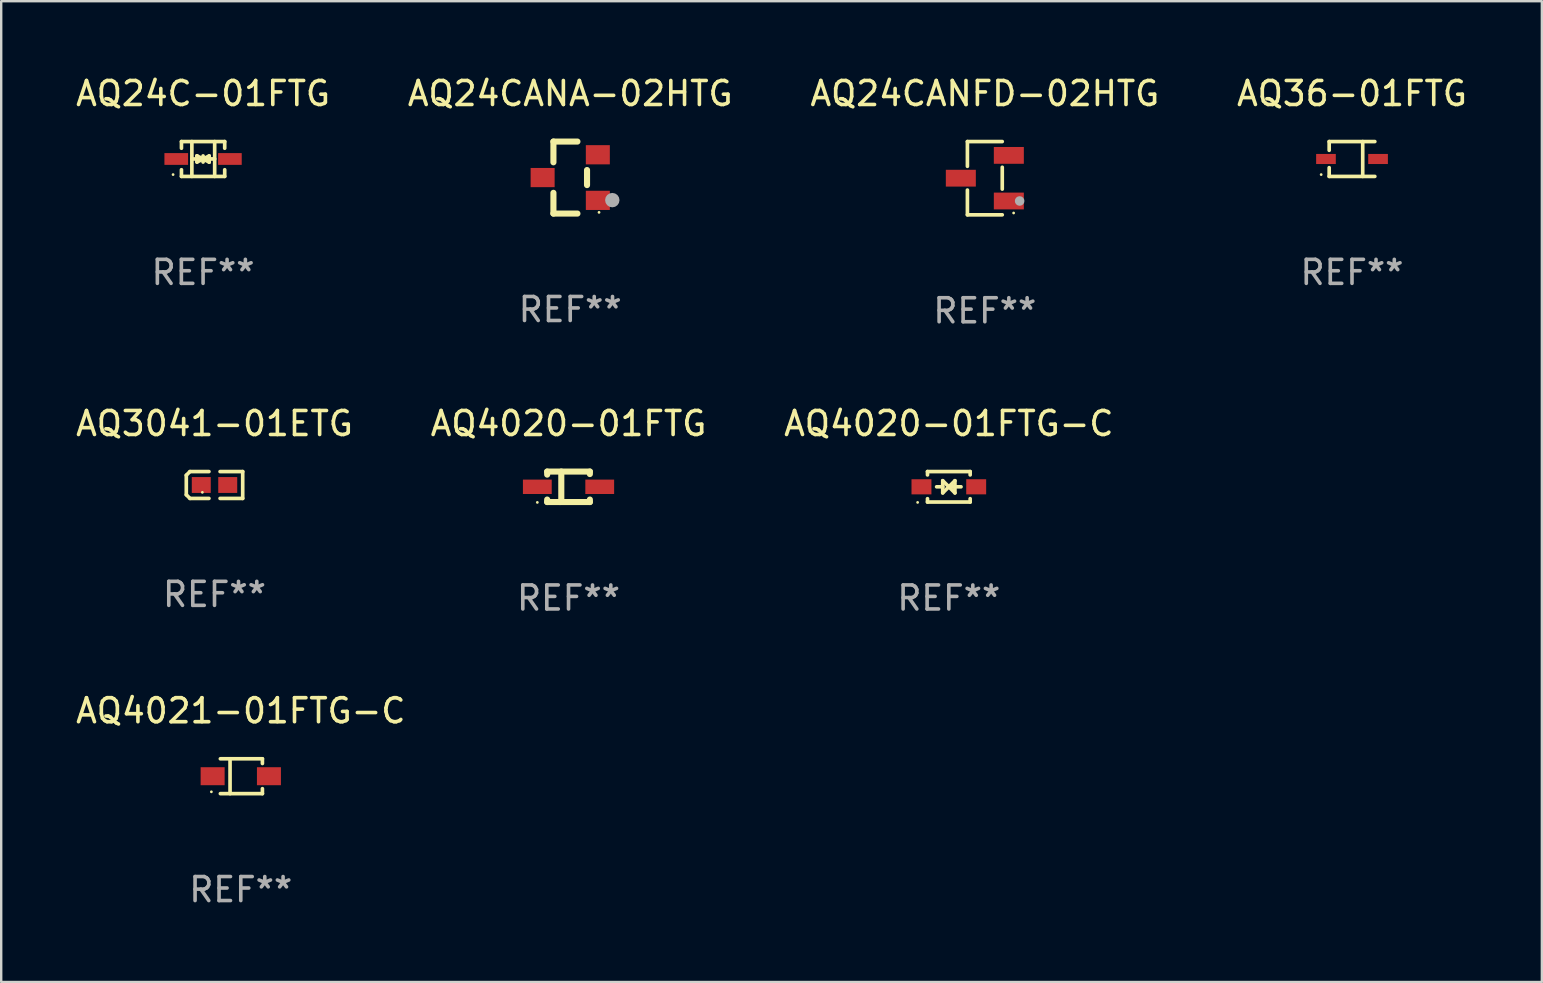
<source format=kicad_pcb>
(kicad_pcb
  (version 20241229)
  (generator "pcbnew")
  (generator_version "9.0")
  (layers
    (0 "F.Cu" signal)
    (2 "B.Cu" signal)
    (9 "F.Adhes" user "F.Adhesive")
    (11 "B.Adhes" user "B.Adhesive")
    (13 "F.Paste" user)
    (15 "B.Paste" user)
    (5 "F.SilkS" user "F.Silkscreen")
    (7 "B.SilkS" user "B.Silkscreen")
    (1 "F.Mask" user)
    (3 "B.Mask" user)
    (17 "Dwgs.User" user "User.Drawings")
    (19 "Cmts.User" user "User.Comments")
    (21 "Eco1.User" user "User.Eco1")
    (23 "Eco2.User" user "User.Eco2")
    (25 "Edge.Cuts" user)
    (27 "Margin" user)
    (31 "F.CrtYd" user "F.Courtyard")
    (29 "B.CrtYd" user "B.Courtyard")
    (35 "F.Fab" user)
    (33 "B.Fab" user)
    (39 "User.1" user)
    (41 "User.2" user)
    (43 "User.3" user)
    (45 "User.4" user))
  (footprint "AQ24CANFD-02HTG"
    (layer "F.Cu")
    (at 37.982 4.374)
    (property "Reference" "AQ24CANFD-02HTG" (at 0 -3.526 0) (layer "F.SilkS") (effects (font (size 1 1) (thickness 0.15))))
    (attr through_hole)
    (fp_line (start -0.726 -1.526) (end -0.726 -0.495) (stroke (width 0.152) (type solid)) (layer "F.SilkS"))
    (fp_line (start -0.726 1.526) (end -0.726 0.495) (stroke (width 0.152) (type solid)) (layer "F.SilkS"))
    (fp_line (start 0.726 -1.526) (end -0.726 -1.526) (stroke (width 0.152) (type solid)) (layer "F.SilkS"))
    (fp_line (start 0.726 -0.455) (end 0.726 0.455) (stroke (width 0.152) (type solid)) (layer "F.SilkS"))
    (fp_line (start 0.726 1.526) (end -0.726 1.526) (stroke (width 0.152) (type solid)) (layer "F.SilkS"))
    (fp_circle (center 1.2 1.45) (end 1.23 1.45) (stroke (width 0.06) (type solid)) (fill no) (layer "F.SilkS"))
    (fp_circle (center 1.45 0.95) (end 1.55 0.95) (stroke (width 0.2) (type solid)) (fill no) (layer "F.Fab"))
    (fp_text user "REF**" (at 0 5.526 0) (layer "F.Fab") (effects (font (size 1 1) (thickness 0.15))))
    (pad "1" smd rect (at 1 0.95) (size 1.25 0.7) (layers "F.Cu" "F.Mask" "F.Paste"))
    (pad "2" smd rect (at 1 -0.95) (size 1.25 0.7) (layers "F.Cu" "F.Mask" "F.Paste"))
    (pad "3" smd rect (at -1 0) (size 1.25 0.7) (layers "F.Cu" "F.Mask" "F.Paste")))
  (footprint "AQ24CANA-02HTG"
    (layer "F.Cu")
    (at 20.708 4.348)
    (property "Reference" "AQ24CANA-02HTG" (at 0 -3.5 0) (layer "F.SilkS") (effects (font (size 1 1) (thickness 0.15))))
    (attr through_hole)
    (fp_line (start -0.7 -1.5) (end 0.3 -1.5) (stroke (width 0.254) (type solid)) (layer "F.SilkS"))
    (fp_line (start -0.7 -0.636) (end -0.7 -1.5) (stroke (width 0.254) (type solid)) (layer "F.SilkS"))
    (fp_line (start -0.7 1.5) (end -0.7 0.636) (stroke (width 0.254) (type solid)) (layer "F.SilkS"))
    (fp_line (start -0.7 1.5) (end 0.3 1.5) (stroke (width 0.254) (type solid)) (layer "F.SilkS"))
    (fp_line (start 0.7 0.314) (end 0.7 -0.314) (stroke (width 0.254) (type solid)) (layer "F.SilkS"))
    (fp_circle (center 1.2 1.45) (end 1.23 1.45) (stroke (width 0.06) (type solid)) (fill no) (layer "F.SilkS"))
    (fp_circle (center 1.753 0.94) (end 1.903 0.94) (stroke (width 0.3) (type solid)) (fill no) (layer "F.Fab"))
    (fp_text user "REF**" (at 0 5.5 0) (layer "F.Fab") (effects (font (size 1 1) (thickness 0.15))))
    (pad "1" smd rect (at 1.15 0.95 180) (size 1 0.8) (layers "F.Cu" "F.Mask" "F.Paste"))
    (pad "2" smd rect (at 1.15 -0.95 180) (size 1 0.8) (layers "F.Cu" "F.Mask" "F.Paste"))
    (pad "3" smd rect (at -1.15 -0.000051 180) (size 1 0.8) (layers "F.Cu" "F.Mask" "F.Paste")))
  (footprint "AQ4021-01FTG-C"
    (layer "F.Cu")
    (at 6.982 29.29)
    (property "Reference" "AQ4021-01FTG-C" (at 0 -2.726 0) (layer "F.SilkS") (effects (font (size 1 1) (thickness 0.15))))
    (attr through_hole)
    (fp_line (start -0.851 -0.726) (end 0.901 -0.726) (stroke (width 0.152) (type solid)) (layer "F.SilkS"))
    (fp_line (start -0.851 0.726) (end 0.901 0.726) (stroke (width 0.152) (type solid)) (layer "F.SilkS"))
    (fp_line (start -0.447 -0.726) (end -0.447 0.726) (stroke (width 0.152) (type solid)) (layer "F.SilkS"))
    (fp_line (start 0.901 -0.726) (end 0.901 -0.53) (stroke (width 0.152) (type solid)) (layer "F.SilkS"))
    (fp_line (start 0.901 0.726) (end 0.901 0.52) (stroke (width 0.152) (type solid)) (layer "F.SilkS"))
    (fp_circle (center -1.225 0.65) (end -1.195 0.65) (stroke (width 0.06) (type solid)) (fill no) (layer "F.SilkS"))
    (fp_text user "REF**" (at 0 4.726 0) (layer "F.Fab") (effects (font (size 1 1) (thickness 0.15))))
    (pad "1" smd rect (at -1.173 0) (size 1 0.75) (layers "F.Cu" "F.Mask" "F.Paste"))
    (pad "2" smd rect (at 1.173 0) (size 1 0.75) (layers "F.Cu" "F.Mask" "F.Paste")))
  (footprint "AQ4020-01FTG-C"
    (layer "F.Cu")
    (at 36.482 17.232)
    (property "Reference" "AQ4020-01FTG-C" (at 0 -2.635 0) (layer "F.SilkS") (effects (font (size 1 1) (thickness 0.15))))
    (attr through_hole)
    (fp_line (start -0.889 -0.635) (end 0.889 -0.635) (stroke (width 0.152) (type solid)) (layer "F.SilkS"))
    (fp_line (start -0.889 -0.495) (end -0.889 -0.635) (stroke (width 0.152) (type solid)) (layer "F.SilkS"))
    (fp_line (start -0.889 0.635) (end -0.889 0.495) (stroke (width 0.152) (type solid)) (layer "F.SilkS"))
    (fp_line (start -0.889 0.635) (end 0.889 0.635) (stroke (width 0.152) (type solid)) (layer "F.SilkS"))
    (fp_line (start -0.508 -0.000051) (end -0.254 -0.000051) (stroke (width 0.152) (type solid)) (layer "F.SilkS"))
    (fp_line (start -0.254 -0.254) (end 0 -0.000051) (stroke (width 0.152) (type solid)) (layer "F.SilkS"))
    (fp_line (start -0.254 0.254) (end -0.254 -0.254) (stroke (width 0.152) (type solid)) (layer "F.SilkS"))
    (fp_line (start 0 -0.000051) (end -0.254 0.254) (stroke (width 0.152) (type solid)) (layer "F.SilkS"))
    (fp_line (start 0 -0.000051) (end 0.254 -0.254) (stroke (width 0.152) (type solid)) (layer "F.SilkS"))
    (fp_line (start 0.254 -0.254) (end 0.254 0.254) (stroke (width 0.152) (type solid)) (layer "F.SilkS"))
    (fp_line (start 0.254 0.254) (end 0 -0.000051) (stroke (width 0.152) (type solid)) (layer "F.SilkS"))
    (fp_line (start 0.508 -0.000051) (end 0.127 -0.000051) (stroke (width 0.152) (type solid)) (layer "F.SilkS"))
    (fp_line (start 0.889 -0.635) (end 0.889 -0.495) (stroke (width 0.152) (type solid)) (layer "F.SilkS"))
    (fp_line (start 0.889 0.495) (end 0.889 0.635) (stroke (width 0.152) (type solid)) (layer "F.SilkS"))
    (fp_circle (center -1.3 0.65) (end -1.27 0.65) (stroke (width 0.06) (type solid)) (fill no) (layer "F.SilkS"))
    (fp_text user "REF**" (at 0 4.635 0) (layer "F.Fab") (effects (font (size 1 1) (thickness 0.15))))
    (pad "1" smd rect (at -1.14 0.000152 90) (size 0.63 0.83) (layers "F.Cu" "F.Mask" "F.Paste"))
    (pad "2" smd rect (at 1.14 -0.000102 90) (size 0.63 0.83) (layers "F.Cu" "F.Mask" "F.Paste")))
  (footprint "AQ4020-01FTG"
    (layer "F.Cu")
    (at 20.637 17.232)
    (property "Reference" "AQ4020-01FTG" (at 0 -2.635 0) (layer "F.SilkS") (effects (font (size 1 1) (thickness 0.15))))
    (attr through_hole)
    (fp_line (start -0.889 -0.635) (end 0.889 -0.635) (stroke (width 0.254) (type solid)) (layer "F.SilkS"))
    (fp_line (start -0.889 -0.508) (end -0.889 -0.635) (stroke (width 0.254) (type solid)) (layer "F.SilkS"))
    (fp_line (start -0.889 0.635) (end -0.889 0.531) (stroke (width 0.254) (type solid)) (layer "F.SilkS"))
    (fp_line (start -0.301 -0.635) (end -0.301 0.581) (stroke (width 0.254) (type solid)) (layer "F.SilkS"))
    (fp_line (start -0.301 0.581) (end -0.355 0.635) (stroke (width 0.254) (type solid)) (layer "F.SilkS"))
    (fp_line (start 0.889 -0.635) (end 0.889 -0.531) (stroke (width 0.254) (type solid)) (layer "F.SilkS"))
    (fp_line (start 0.889 0.531) (end 0.889 0.635) (stroke (width 0.254) (type solid)) (layer "F.SilkS"))
    (fp_line (start 0.889 0.635) (end -0.889 0.635) (stroke (width 0.254) (type solid)) (layer "F.SilkS"))
    (fp_circle (center -1.3 0.65) (end -1.27 0.65) (stroke (width 0.06) (type solid)) (fill no) (layer "F.SilkS"))
    (fp_text user "REF**" (at 0 4.635 0) (layer "F.Fab") (effects (font (size 1 1) (thickness 0.15))))
    (pad "1" smd rect (at -1.3 0) (size 1.2 0.6) (layers "F.Cu" "F.Mask" "F.Paste"))
    (pad "2" smd rect (at 1.3 0) (size 1.2 0.6) (layers "F.Cu" "F.Mask" "F.Paste")))
  (footprint "AQ3041-01ETG"
    (layer "F.Cu")
    (at 5.887 17.157)
    (property "Reference" "AQ3041-01ETG" (at 0 -2.559 0) (layer "F.SilkS") (effects (font (size 1 1) (thickness 0.15))))
    (attr through_hole)
    (fp_line (start -1.175 -0.407) (end -1.023 -0.559) (stroke (width 0.152) (type solid)) (layer "F.SilkS"))
    (fp_line (start -1.175 0.407) (end -1.175 -0.407) (stroke (width 0.152) (type solid)) (layer "F.SilkS"))
    (fp_line (start -1.023 -0.559) (end -0.232 -0.559) (stroke (width 0.152) (type solid)) (layer "F.SilkS"))
    (fp_line (start -1.023 0.559) (end -1.175 0.407) (stroke (width 0.152) (type solid)) (layer "F.SilkS"))
    (fp_line (start -0.232 0.559) (end -1.023 0.559) (stroke (width 0.152) (type solid)) (layer "F.SilkS"))
    (fp_line (start 0.232 0.559) (end 1.175 0.559) (stroke (width 0.152) (type solid)) (layer "F.SilkS"))
    (fp_line (start 1.175 -0.559) (end 0.232 -0.559) (stroke (width 0.152) (type solid)) (layer "F.SilkS"))
    (fp_line (start 1.175 0.559) (end 1.175 -0.559) (stroke (width 0.152) (type solid)) (layer "F.SilkS"))
    (fp_circle (center -0.506 0.306) (end -0.476 0.306) (stroke (width 0.06) (type solid)) (fill no) (layer "F.SilkS"))
    (fp_text user "REF**" (at 0 4.559 0) (layer "F.Fab") (effects (font (size 1 1) (thickness 0.15))))
    (pad "1" smd rect (at -0.551 0) (size 0.79 0.661) (layers "F.Cu" "F.Mask" "F.Paste"))
    (pad "2" smd rect (at 0.551 0) (size 0.79 0.661) (layers "F.Cu" "F.Mask" "F.Paste")))
  (footprint "AQ24C-01FTG"
    (layer "F.Cu")
    (at 5.411 3.574)
    (property "Reference" "AQ24C-01FTG" (at 0 -2.726 0) (layer "F.SilkS") (effects (font (size 1 1) (thickness 0.15))))
    (attr through_hole)
    (fp_line (start -0.901 -0.726) (end -0.901 -0.448) (stroke (width 0.152) (type solid)) (layer "F.SilkS"))
    (fp_line (start -0.901 0.726) (end -0.901 0.448) (stroke (width 0.152) (type solid)) (layer "F.SilkS"))
    (fp_line (start -0.467 0) (end 0.483 -0.003) (stroke (width 0.154) (type solid)) (layer "F.SilkS"))
    (fp_line (start -0.467 0.726) (end -0.467 -0.726) (stroke (width 0.152) (type solid)) (layer "F.SilkS"))
    (fp_line (start -0.254 -0.127) (end -0.254 -0.127) (stroke (width 0.154) (type solid)) (layer "F.SilkS"))
    (fp_line (start -0.254 -0.127) (end -0.002 -0.003) (stroke (width 0.154) (type solid)) (layer "F.SilkS"))
    (fp_line (start -0.254 0.127) (end -0.254 -0.127) (stroke (width 0.154) (type solid)) (layer "F.SilkS"))
    (fp_line (start -0.127 0) (end 0.003 0) (stroke (width 0.154) (type solid)) (layer "F.SilkS"))
    (fp_line (start -0.003 0) (end -0.254 0.127) (stroke (width 0.154) (type solid)) (layer "F.SilkS"))
    (fp_line (start 0 -0.127) (end 0 0.127) (stroke (width 0.154) (type solid)) (layer "F.SilkS"))
    (fp_line (start 0.003 0) (end 0.254 -0.127) (stroke (width 0.154) (type solid)) (layer "F.SilkS"))
    (fp_line (start 0.127 0) (end -0.003 0) (stroke (width 0.154) (type solid)) (layer "F.SilkS"))
    (fp_line (start 0.254 -0.127) (end 0.254 0.127) (stroke (width 0.154) (type solid)) (layer "F.SilkS"))
    (fp_line (start 0.254 0.127) (end 0.002 0.003) (stroke (width 0.154) (type solid)) (layer "F.SilkS"))
    (fp_line (start 0.254 0.127) (end 0.254 0.127) (stroke (width 0.154) (type solid)) (layer "F.SilkS"))
    (fp_line (start 0.483 0.726) (end 0.483 -0.726) (stroke (width 0.152) (type solid)) (layer "F.SilkS"))
    (fp_line (start 0.901 -0.726) (end -0.901 -0.726) (stroke (width 0.152) (type solid)) (layer "F.SilkS"))
    (fp_line (start 0.901 -0.726) (end 0.901 -0.448) (stroke (width 0.152) (type solid)) (layer "F.SilkS"))
    (fp_line (start 0.901 0.726) (end -0.901 0.726) (stroke (width 0.152) (type solid)) (layer "F.SilkS"))
    (fp_line (start 0.901 0.726) (end 0.901 0.448) (stroke (width 0.152) (type solid)) (layer "F.SilkS"))
    (fp_circle (center -1.25 0.65) (end -1.22 0.65) (stroke (width 0.06) (type solid)) (fill no) (layer "F.SilkS"))
    (fp_text user "REF**" (at 0 4.726 0) (layer "F.Fab") (effects (font (size 1 1) (thickness 0.15))))
    (pad "1" smd rect (at -1.118 0) (size 0.985 0.49) (layers "F.Cu" "F.Mask" "F.Paste"))
    (pad "2" smd rect (at 1.118 0) (size 0.985 0.49) (layers "F.Cu" "F.Mask" "F.Paste")))
  (footprint "AQ36-01FTG"
    (layer "F.Cu")
    (at 53.28 3.574)
    (property "Reference" "AQ36-01FTG" (at 0 -2.726 0) (layer "F.SilkS") (effects (font (size 1 1) (thickness 0.15))))
    (attr through_hole)
    (fp_line (start -0.951 -0.726) (end 0.951 -0.726) (stroke (width 0.152) (type solid)) (layer "F.SilkS"))
    (fp_line (start -0.951 -0.362) (end -0.951 -0.726) (stroke (width 0.152) (type solid)) (layer "F.SilkS"))
    (fp_line (start -0.951 0.362) (end -0.951 0.726) (stroke (width 0.152) (type solid)) (layer "F.SilkS"))
    (fp_line (start -0.951 0.726) (end 0.951 0.726) (stroke (width 0.152) (type solid)) (layer "F.SilkS"))
    (fp_line (start 0.446 -0.726) (end 0.446 0.726) (stroke (width 0.152) (type solid)) (layer "F.SilkS"))
    (fp_circle (center -1.285 0.65) (end -1.255 0.65) (stroke (width 0.06) (type solid)) (fill no) (layer "F.SilkS"))
    (fp_text user "REF**" (at 0 4.726 0) (layer "F.Fab") (effects (font (size 1 1) (thickness 0.15))))
    (pad "1" smd rect (at -1.085 0) (size 0.82 0.42) (layers "F.Cu" "F.Mask" "F.Paste"))
    (pad "2" smd rect (at 1.085 0) (size 0.82 0.42) (layers "F.Cu" "F.Mask" "F.Paste")))
  (gr_rect
    (start -3 -3)
    (end 61.19 37.864)
    (stroke (width 0.1) (type default))
    (fill no)
    (layer "Edge.Cuts")))
</source>
